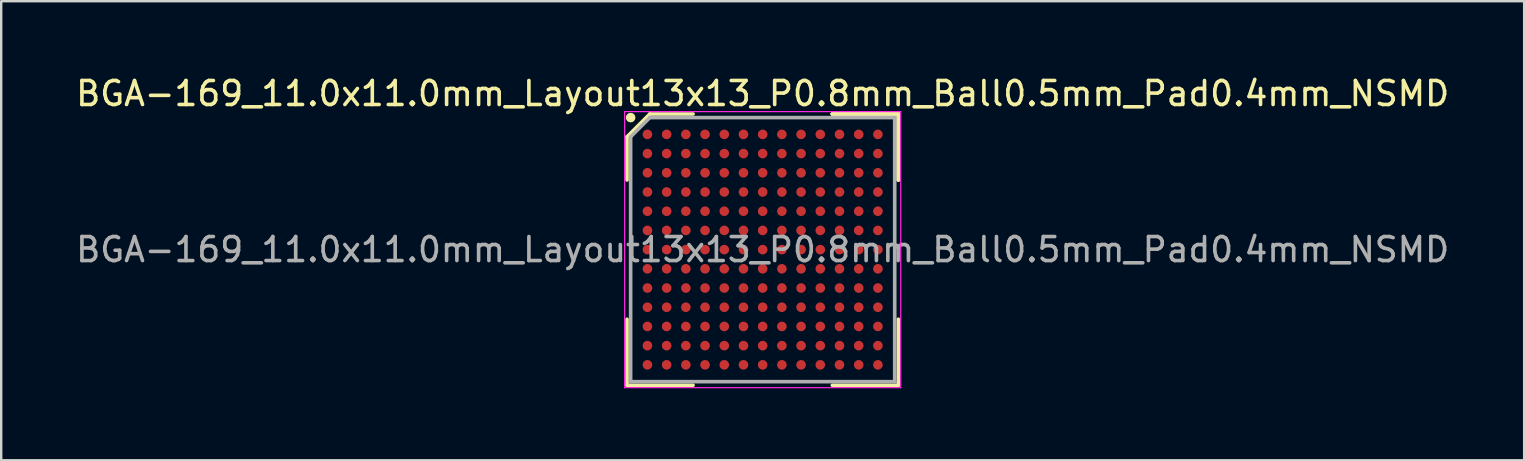
<source format=kicad_pcb>
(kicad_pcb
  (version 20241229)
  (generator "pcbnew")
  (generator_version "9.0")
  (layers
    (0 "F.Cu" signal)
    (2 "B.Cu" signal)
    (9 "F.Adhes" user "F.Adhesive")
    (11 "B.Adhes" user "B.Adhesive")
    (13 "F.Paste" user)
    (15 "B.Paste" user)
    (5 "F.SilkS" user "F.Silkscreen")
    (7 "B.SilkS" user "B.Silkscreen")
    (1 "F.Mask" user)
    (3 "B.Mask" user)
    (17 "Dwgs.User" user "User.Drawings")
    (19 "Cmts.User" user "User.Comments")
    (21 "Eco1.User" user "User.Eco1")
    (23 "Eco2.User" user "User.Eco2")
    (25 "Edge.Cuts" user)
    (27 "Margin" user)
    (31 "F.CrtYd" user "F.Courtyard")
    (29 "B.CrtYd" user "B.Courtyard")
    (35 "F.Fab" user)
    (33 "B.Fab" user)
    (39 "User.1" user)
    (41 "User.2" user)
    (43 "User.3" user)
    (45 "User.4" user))
  (footprint "BGA-169_11.0x11.0mm_Layout13x13_P0.8mm_Ball0.5mm_Pad0.4mm_NSMD"
    (layer "F.Cu")
    (at 28.72 7.348)
    (property "Reference" "BGA-169_11.0x11.0mm_Layout13x13_P0.8mm_Ball0.5mm_Pad0.4mm_NSMD" (at 0 -6.5 0) (layer "F.SilkS") (effects (font (size 1 1) (thickness 0.15))))
    (attr smd)
    (fp_line (start -5.65 -4.7) (end -5.65 -2.9) (stroke (width 0.15) (type solid)) (layer "F.SilkS"))
    (fp_line (start -5.65 5.65) (end -5.65 2.9) (stroke (width 0.15) (type solid)) (layer "F.SilkS"))
    (fp_line (start -4.7 -5.65) (end -5.65 -4.7) (stroke (width 0.15) (type solid)) (layer "F.SilkS"))
    (fp_line (start -2.9 -5.65) (end -4.7 -5.65) (stroke (width 0.15) (type solid)) (layer "F.SilkS"))
    (fp_line (start -2.9 5.65) (end -5.65 5.65) (stroke (width 0.15) (type solid)) (layer "F.SilkS"))
    (fp_line (start 2.9 -5.65) (end 5.65 -5.65) (stroke (width 0.15) (type solid)) (layer "F.SilkS"))
    (fp_line (start 2.9 -5.65) (end 5.65 -5.65) (stroke (width 0.15) (type solid)) (layer "F.SilkS"))
    (fp_line (start 2.9 -5.65) (end 5.65 -5.65) (stroke (width 0.15) (type solid)) (layer "F.SilkS"))
    (fp_line (start 2.9 5.65) (end 5.65 5.65) (stroke (width 0.15) (type solid)) (layer "F.SilkS"))
    (fp_line (start 5.65 -5.65) (end 5.65 -2.9) (stroke (width 0.15) (type solid)) (layer "F.SilkS"))
    (fp_line (start 5.65 -5.65) (end 5.65 -2.9) (stroke (width 0.15) (type solid)) (layer "F.SilkS"))
    (fp_line (start 5.65 -5.65) (end 5.65 -2.9) (stroke (width 0.15) (type solid)) (layer "F.SilkS"))
    (fp_line (start 5.65 5.65) (end 5.65 2.9) (stroke (width 0.15) (type solid)) (layer "F.SilkS"))
    (fp_circle (center -5.5 -5.5) (end -5.5 -5.4) (stroke (width 0.2) (type solid)) (fill no) (layer "F.SilkS"))
    (fp_line (start -5.75 -5.75) (end 5.75 -5.75) (stroke (width 0.05) (type solid)) (layer "F.CrtYd"))
    (fp_line (start -5.75 5.75) (end -5.75 -5.75) (stroke (width 0.05) (type solid)) (layer "F.CrtYd"))
    (fp_line (start 5.75 -5.75) (end 5.75 5.75) (stroke (width 0.05) (type solid)) (layer "F.CrtYd"))
    (fp_line (start 5.75 5.75) (end -5.75 5.75) (stroke (width 0.05) (type solid)) (layer "F.CrtYd"))
    (fp_line (start -5.5 -4.7) (end -5.5 5.5) (stroke (width 0.15) (type solid)) (layer "F.Fab"))
    (fp_line (start -5.5 5.5) (end 5.5 5.5) (stroke (width 0.15) (type solid)) (layer "F.Fab"))
    (fp_line (start -4.7 -5.5) (end -5.5 -4.7) (stroke (width 0.15) (type solid)) (layer "F.Fab"))
    (fp_line (start 5.5 -5.5) (end -4.7 -5.5) (stroke (width 0.15) (type solid)) (layer "F.Fab"))
    (fp_line (start 5.5 5.5) (end 5.5 -5.5) (stroke (width 0.15) (type solid)) (layer "F.Fab"))
    (fp_text user "${REFERENCE}" (at 0 0 0) (layer "F.Fab") (effects (font (size 1 1) (thickness 0.15))))
    (pad "A1" smd circle (at -4.8 -4.8) (size 0.4 0.4) (layers "F.Cu" "F.Mask" "F.Paste"))
    (pad "A2" smd circle (at -4 -4.8) (size 0.4 0.4) (layers "F.Cu" "F.Mask" "F.Paste"))
    (pad "A3" smd circle (at -3.2 -4.8) (size 0.4 0.4) (layers "F.Cu" "F.Mask" "F.Paste"))
    (pad "A4" smd circle (at -2.4 -4.8) (size 0.4 0.4) (layers "F.Cu" "F.Mask" "F.Paste"))
    (pad "A5" smd circle (at -1.6 -4.8) (size 0.4 0.4) (layers "F.Cu" "F.Mask" "F.Paste"))
    (pad "A6" smd circle (at -0.8 -4.8) (size 0.4 0.4) (layers "F.Cu" "F.Mask" "F.Paste"))
    (pad "A7" smd circle (at 0 -4.8) (size 0.4 0.4) (layers "F.Cu" "F.Mask" "F.Paste"))
    (pad "A8" smd circle (at 0.8 -4.8) (size 0.4 0.4) (layers "F.Cu" "F.Mask" "F.Paste"))
    (pad "A9" smd circle (at 1.6 -4.8) (size 0.4 0.4) (layers "F.Cu" "F.Mask" "F.Paste"))
    (pad "A10" smd circle (at 2.4 -4.8) (size 0.4 0.4) (layers "F.Cu" "F.Mask" "F.Paste"))
    (pad "A11" smd circle (at 3.2 -4.8) (size 0.4 0.4) (layers "F.Cu" "F.Mask" "F.Paste"))
    (pad "A12" smd circle (at 4 -4.8) (size 0.4 0.4) (layers "F.Cu" "F.Mask" "F.Paste"))
    (pad "A13" smd circle (at 4.8 -4.8) (size 0.4 0.4) (layers "F.Cu" "F.Mask" "F.Paste"))
    (pad "B1" smd circle (at -4.8 -4) (size 0.4 0.4) (layers "F.Cu" "F.Mask" "F.Paste"))
    (pad "B2" smd circle (at -4 -4) (size 0.4 0.4) (layers "F.Cu" "F.Mask" "F.Paste"))
    (pad "B3" smd circle (at -3.2 -4) (size 0.4 0.4) (layers "F.Cu" "F.Mask" "F.Paste"))
    (pad "B4" smd circle (at -2.4 -4) (size 0.4 0.4) (layers "F.Cu" "F.Mask" "F.Paste"))
    (pad "B5" smd circle (at -1.6 -4) (size 0.4 0.4) (layers "F.Cu" "F.Mask" "F.Paste"))
    (pad "B6" smd circle (at -0.8 -4) (size 0.4 0.4) (layers "F.Cu" "F.Mask" "F.Paste"))
    (pad "B7" smd circle (at 0 -4) (size 0.4 0.4) (layers "F.Cu" "F.Mask" "F.Paste"))
    (pad "B8" smd circle (at 0.8 -4) (size 0.4 0.4) (layers "F.Cu" "F.Mask" "F.Paste"))
    (pad "B9" smd circle (at 1.6 -4) (size 0.4 0.4) (layers "F.Cu" "F.Mask" "F.Paste"))
    (pad "B10" smd circle (at 2.4 -4) (size 0.4 0.4) (layers "F.Cu" "F.Mask" "F.Paste"))
    (pad "B11" smd circle (at 3.2 -4) (size 0.4 0.4) (layers "F.Cu" "F.Mask" "F.Paste"))
    (pad "B12" smd circle (at 4 -4) (size 0.4 0.4) (layers "F.Cu" "F.Mask" "F.Paste"))
    (pad "B13" smd circle (at 4.8 -4) (size 0.4 0.4) (layers "F.Cu" "F.Mask" "F.Paste"))
    (pad "C1" smd circle (at -4.8 -3.2) (size 0.4 0.4) (layers "F.Cu" "F.Mask" "F.Paste"))
    (pad "C2" smd circle (at -4 -3.2) (size 0.4 0.4) (layers "F.Cu" "F.Mask" "F.Paste"))
    (pad "C3" smd circle (at -3.2 -3.2) (size 0.4 0.4) (layers "F.Cu" "F.Mask" "F.Paste"))
    (pad "C4" smd circle (at -2.4 -3.2) (size 0.4 0.4) (layers "F.Cu" "F.Mask" "F.Paste"))
    (pad "C5" smd circle (at -1.6 -3.2) (size 0.4 0.4) (layers "F.Cu" "F.Mask" "F.Paste"))
    (pad "C6" smd circle (at -0.8 -3.2) (size 0.4 0.4) (layers "F.Cu" "F.Mask" "F.Paste"))
    (pad "C7" smd circle (at 0 -3.2) (size 0.4 0.4) (layers "F.Cu" "F.Mask" "F.Paste"))
    (pad "C8" smd circle (at 0.8 -3.2) (size 0.4 0.4) (layers "F.Cu" "F.Mask" "F.Paste"))
    (pad "C9" smd circle (at 1.6 -3.2) (size 0.4 0.4) (layers "F.Cu" "F.Mask" "F.Paste"))
    (pad "C10" smd circle (at 2.4 -3.2) (size 0.4 0.4) (layers "F.Cu" "F.Mask" "F.Paste"))
    (pad "C11" smd circle (at 3.2 -3.2) (size 0.4 0.4) (layers "F.Cu" "F.Mask" "F.Paste"))
    (pad "C12" smd circle (at 4 -3.2) (size 0.4 0.4) (layers "F.Cu" "F.Mask" "F.Paste"))
    (pad "C13" smd circle (at 4.8 -3.2) (size 0.4 0.4) (layers "F.Cu" "F.Mask" "F.Paste"))
    (pad "D1" smd circle (at -4.8 -2.4) (size 0.4 0.4) (layers "F.Cu" "F.Mask" "F.Paste"))
    (pad "D2" smd circle (at -4 -2.4) (size 0.4 0.4) (layers "F.Cu" "F.Mask" "F.Paste"))
    (pad "D3" smd circle (at -3.2 -2.4) (size 0.4 0.4) (layers "F.Cu" "F.Mask" "F.Paste"))
    (pad "D4" smd circle (at -2.4 -2.4) (size 0.4 0.4) (layers "F.Cu" "F.Mask" "F.Paste"))
    (pad "D5" smd circle (at -1.6 -2.4) (size 0.4 0.4) (layers "F.Cu" "F.Mask" "F.Paste"))
    (pad "D6" smd circle (at -0.8 -2.4) (size 0.4 0.4) (layers "F.Cu" "F.Mask" "F.Paste"))
    (pad "D7" smd circle (at 0 -2.4) (size 0.4 0.4) (layers "F.Cu" "F.Mask" "F.Paste"))
    (pad "D8" smd circle (at 0.8 -2.4) (size 0.4 0.4) (layers "F.Cu" "F.Mask" "F.Paste"))
    (pad "D9" smd circle (at 1.6 -2.4) (size 0.4 0.4) (layers "F.Cu" "F.Mask" "F.Paste"))
    (pad "D10" smd circle (at 2.4 -2.4) (size 0.4 0.4) (layers "F.Cu" "F.Mask" "F.Paste"))
    (pad "D11" smd circle (at 3.2 -2.4) (size 0.4 0.4) (layers "F.Cu" "F.Mask" "F.Paste"))
    (pad "D12" smd circle (at 4 -2.4) (size 0.4 0.4) (layers "F.Cu" "F.Mask" "F.Paste"))
    (pad "D13" smd circle (at 4.8 -2.4) (size 0.4 0.4) (layers "F.Cu" "F.Mask" "F.Paste"))
    (pad "E1" smd circle (at -4.8 -1.6) (size 0.4 0.4) (layers "F.Cu" "F.Mask" "F.Paste"))
    (pad "E2" smd circle (at -4 -1.6) (size 0.4 0.4) (layers "F.Cu" "F.Mask" "F.Paste"))
    (pad "E3" smd circle (at -3.2 -1.6) (size 0.4 0.4) (layers "F.Cu" "F.Mask" "F.Paste"))
    (pad "E4" smd circle (at -2.4 -1.6) (size 0.4 0.4) (layers "F.Cu" "F.Mask" "F.Paste"))
    (pad "E5" smd circle (at -1.6 -1.6) (size 0.4 0.4) (layers "F.Cu" "F.Mask" "F.Paste"))
    (pad "E6" smd circle (at -0.8 -1.6) (size 0.4 0.4) (layers "F.Cu" "F.Mask" "F.Paste"))
    (pad "E7" smd circle (at 0 -1.6) (size 0.4 0.4) (layers "F.Cu" "F.Mask" "F.Paste"))
    (pad "E8" smd circle (at 0.8 -1.6) (size 0.4 0.4) (layers "F.Cu" "F.Mask" "F.Paste"))
    (pad "E9" smd circle (at 1.6 -1.6) (size 0.4 0.4) (layers "F.Cu" "F.Mask" "F.Paste"))
    (pad "E10" smd circle (at 2.4 -1.6) (size 0.4 0.4) (layers "F.Cu" "F.Mask" "F.Paste"))
    (pad "E11" smd circle (at 3.2 -1.6) (size 0.4 0.4) (layers "F.Cu" "F.Mask" "F.Paste"))
    (pad "E12" smd circle (at 4 -1.6) (size 0.4 0.4) (layers "F.Cu" "F.Mask" "F.Paste"))
    (pad "E13" smd circle (at 4.8 -1.6) (size 0.4 0.4) (layers "F.Cu" "F.Mask" "F.Paste"))
    (pad "F1" smd circle (at -4.8 -0.8) (size 0.4 0.4) (layers "F.Cu" "F.Mask" "F.Paste"))
    (pad "F2" smd circle (at -4 -0.8) (size 0.4 0.4) (layers "F.Cu" "F.Mask" "F.Paste"))
    (pad "F3" smd circle (at -3.2 -0.8) (size 0.4 0.4) (layers "F.Cu" "F.Mask" "F.Paste"))
    (pad "F4" smd circle (at -2.4 -0.8) (size 0.4 0.4) (layers "F.Cu" "F.Mask" "F.Paste"))
    (pad "F5" smd circle (at -1.6 -0.8) (size 0.4 0.4) (layers "F.Cu" "F.Mask" "F.Paste"))
    (pad "F6" smd circle (at -0.8 -0.8) (size 0.4 0.4) (layers "F.Cu" "F.Mask" "F.Paste"))
    (pad "F7" smd circle (at 0 -0.8) (size 0.4 0.4) (layers "F.Cu" "F.Mask" "F.Paste"))
    (pad "F8" smd circle (at 0.8 -0.8) (size 0.4 0.4) (layers "F.Cu" "F.Mask" "F.Paste"))
    (pad "F9" smd circle (at 1.6 -0.8) (size 0.4 0.4) (layers "F.Cu" "F.Mask" "F.Paste"))
    (pad "F10" smd circle (at 2.4 -0.8) (size 0.4 0.4) (layers "F.Cu" "F.Mask" "F.Paste"))
    (pad "F11" smd circle (at 3.2 -0.8) (size 0.4 0.4) (layers "F.Cu" "F.Mask" "F.Paste"))
    (pad "F12" smd circle (at 4 -0.8) (size 0.4 0.4) (layers "F.Cu" "F.Mask" "F.Paste"))
    (pad "F13" smd circle (at 4.8 -0.8) (size 0.4 0.4) (layers "F.Cu" "F.Mask" "F.Paste"))
    (pad "G1" smd circle (at -4.8 0) (size 0.4 0.4) (layers "F.Cu" "F.Mask" "F.Paste"))
    (pad "G2" smd circle (at -4 0) (size 0.4 0.4) (layers "F.Cu" "F.Mask" "F.Paste"))
    (pad "G3" smd circle (at -3.2 0) (size 0.4 0.4) (layers "F.Cu" "F.Mask" "F.Paste"))
    (pad "G4" smd circle (at -2.4 0) (size 0.4 0.4) (layers "F.Cu" "F.Mask" "F.Paste"))
    (pad "G5" smd circle (at -1.6 0) (size 0.4 0.4) (layers "F.Cu" "F.Mask" "F.Paste"))
    (pad "G6" smd circle (at -0.8 0) (size 0.4 0.4) (layers "F.Cu" "F.Mask" "F.Paste"))
    (pad "G7" smd circle (at 0 0) (size 0.4 0.4) (layers "F.Cu" "F.Mask" "F.Paste"))
    (pad "G8" smd circle (at 0.8 0) (size 0.4 0.4) (layers "F.Cu" "F.Mask" "F.Paste"))
    (pad "G9" smd circle (at 1.6 0) (size 0.4 0.4) (layers "F.Cu" "F.Mask" "F.Paste"))
    (pad "G10" smd circle (at 2.4 0) (size 0.4 0.4) (layers "F.Cu" "F.Mask" "F.Paste"))
    (pad "G11" smd circle (at 3.2 0) (size 0.4 0.4) (layers "F.Cu" "F.Mask" "F.Paste"))
    (pad "G12" smd circle (at 4 0) (size 0.4 0.4) (layers "F.Cu" "F.Mask" "F.Paste"))
    (pad "G13" smd circle (at 4.8 0) (size 0.4 0.4) (layers "F.Cu" "F.Mask" "F.Paste"))
    (pad "H1" smd circle (at -4.8 0.8) (size 0.4 0.4) (layers "F.Cu" "F.Mask" "F.Paste"))
    (pad "H2" smd circle (at -4 0.8) (size 0.4 0.4) (layers "F.Cu" "F.Mask" "F.Paste"))
    (pad "H3" smd circle (at -3.2 0.8) (size 0.4 0.4) (layers "F.Cu" "F.Mask" "F.Paste"))
    (pad "H4" smd circle (at -2.4 0.8) (size 0.4 0.4) (layers "F.Cu" "F.Mask" "F.Paste"))
    (pad "H5" smd circle (at -1.6 0.8) (size 0.4 0.4) (layers "F.Cu" "F.Mask" "F.Paste"))
    (pad "H6" smd circle (at -0.8 0.8) (size 0.4 0.4) (layers "F.Cu" "F.Mask" "F.Paste"))
    (pad "H7" smd circle (at 0 0.8) (size 0.4 0.4) (layers "F.Cu" "F.Mask" "F.Paste"))
    (pad "H8" smd circle (at 0.8 0.8) (size 0.4 0.4) (layers "F.Cu" "F.Mask" "F.Paste"))
    (pad "H9" smd circle (at 1.6 0.8) (size 0.4 0.4) (layers "F.Cu" "F.Mask" "F.Paste"))
    (pad "H10" smd circle (at 2.4 0.8) (size 0.4 0.4) (layers "F.Cu" "F.Mask" "F.Paste"))
    (pad "H11" smd circle (at 3.2 0.8) (size 0.4 0.4) (layers "F.Cu" "F.Mask" "F.Paste"))
    (pad "H12" smd circle (at 4 0.8) (size 0.4 0.4) (layers "F.Cu" "F.Mask" "F.Paste"))
    (pad "H13" smd circle (at 4.8 0.8) (size 0.4 0.4) (layers "F.Cu" "F.Mask" "F.Paste"))
    (pad "J1" smd circle (at -4.8 1.6) (size 0.4 0.4) (layers "F.Cu" "F.Mask" "F.Paste"))
    (pad "J2" smd circle (at -4 1.6) (size 0.4 0.4) (layers "F.Cu" "F.Mask" "F.Paste"))
    (pad "J3" smd circle (at -3.2 1.6) (size 0.4 0.4) (layers "F.Cu" "F.Mask" "F.Paste"))
    (pad "J4" smd circle (at -2.4 1.6) (size 0.4 0.4) (layers "F.Cu" "F.Mask" "F.Paste"))
    (pad "J5" smd circle (at -1.6 1.6) (size 0.4 0.4) (layers "F.Cu" "F.Mask" "F.Paste"))
    (pad "J6" smd circle (at -0.8 1.6) (size 0.4 0.4) (layers "F.Cu" "F.Mask" "F.Paste"))
    (pad "J7" smd circle (at 0 1.6) (size 0.4 0.4) (layers "F.Cu" "F.Mask" "F.Paste"))
    (pad "J8" smd circle (at 0.8 1.6) (size 0.4 0.4) (layers "F.Cu" "F.Mask" "F.Paste"))
    (pad "J9" smd circle (at 1.6 1.6) (size 0.4 0.4) (layers "F.Cu" "F.Mask" "F.Paste"))
    (pad "J10" smd circle (at 2.4 1.6) (size 0.4 0.4) (layers "F.Cu" "F.Mask" "F.Paste"))
    (pad "J11" smd circle (at 3.2 1.6) (size 0.4 0.4) (layers "F.Cu" "F.Mask" "F.Paste"))
    (pad "J12" smd circle (at 4 1.6) (size 0.4 0.4) (layers "F.Cu" "F.Mask" "F.Paste"))
    (pad "J13" smd circle (at 4.8 1.6) (size 0.4 0.4) (layers "F.Cu" "F.Mask" "F.Paste"))
    (pad "K1" smd circle (at -4.8 2.4) (size 0.4 0.4) (layers "F.Cu" "F.Mask" "F.Paste"))
    (pad "K2" smd circle (at -4 2.4) (size 0.4 0.4) (layers "F.Cu" "F.Mask" "F.Paste"))
    (pad "K3" smd circle (at -3.2 2.4) (size 0.4 0.4) (layers "F.Cu" "F.Mask" "F.Paste"))
    (pad "K4" smd circle (at -2.4 2.4) (size 0.4 0.4) (layers "F.Cu" "F.Mask" "F.Paste"))
    (pad "K5" smd circle (at -1.6 2.4) (size 0.4 0.4) (layers "F.Cu" "F.Mask" "F.Paste"))
    (pad "K6" smd circle (at -0.8 2.4) (size 0.4 0.4) (layers "F.Cu" "F.Mask" "F.Paste"))
    (pad "K7" smd circle (at 0 2.4) (size 0.4 0.4) (layers "F.Cu" "F.Mask" "F.Paste"))
    (pad "K8" smd circle (at 0.8 2.4) (size 0.4 0.4) (layers "F.Cu" "F.Mask" "F.Paste"))
    (pad "K9" smd circle (at 1.6 2.4) (size 0.4 0.4) (layers "F.Cu" "F.Mask" "F.Paste"))
    (pad "K10" smd circle (at 2.4 2.4) (size 0.4 0.4) (layers "F.Cu" "F.Mask" "F.Paste"))
    (pad "K11" smd circle (at 3.2 2.4) (size 0.4 0.4) (layers "F.Cu" "F.Mask" "F.Paste"))
    (pad "K12" smd circle (at 4 2.4) (size 0.4 0.4) (layers "F.Cu" "F.Mask" "F.Paste"))
    (pad "K13" smd circle (at 4.8 2.4) (size 0.4 0.4) (layers "F.Cu" "F.Mask" "F.Paste"))
    (pad "L1" smd circle (at -4.8 3.2) (size 0.4 0.4) (layers "F.Cu" "F.Mask" "F.Paste"))
    (pad "L2" smd circle (at -4 3.2) (size 0.4 0.4) (layers "F.Cu" "F.Mask" "F.Paste"))
    (pad "L3" smd circle (at -3.2 3.2) (size 0.4 0.4) (layers "F.Cu" "F.Mask" "F.Paste"))
    (pad "L4" smd circle (at -2.4 3.2) (size 0.4 0.4) (layers "F.Cu" "F.Mask" "F.Paste"))
    (pad "L5" smd circle (at -1.6 3.2) (size 0.4 0.4) (layers "F.Cu" "F.Mask" "F.Paste"))
    (pad "L6" smd circle (at -0.8 3.2) (size 0.4 0.4) (layers "F.Cu" "F.Mask" "F.Paste"))
    (pad "L7" smd circle (at 0 3.2) (size 0.4 0.4) (layers "F.Cu" "F.Mask" "F.Paste"))
    (pad "L8" smd circle (at 0.8 3.2) (size 0.4 0.4) (layers "F.Cu" "F.Mask" "F.Paste"))
    (pad "L9" smd circle (at 1.6 3.2) (size 0.4 0.4) (layers "F.Cu" "F.Mask" "F.Paste"))
    (pad "L10" smd circle (at 2.4 3.2) (size 0.4 0.4) (layers "F.Cu" "F.Mask" "F.Paste"))
    (pad "L11" smd circle (at 3.2 3.2) (size 0.4 0.4) (layers "F.Cu" "F.Mask" "F.Paste"))
    (pad "L12" smd circle (at 4 3.2) (size 0.4 0.4) (layers "F.Cu" "F.Mask" "F.Paste"))
    (pad "L13" smd circle (at 4.8 3.2) (size 0.4 0.4) (layers "F.Cu" "F.Mask" "F.Paste"))
    (pad "M1" smd circle (at -4.8 4) (size 0.4 0.4) (layers "F.Cu" "F.Mask" "F.Paste"))
    (pad "M2" smd circle (at -4 4) (size 0.4 0.4) (layers "F.Cu" "F.Mask" "F.Paste"))
    (pad "M3" smd circle (at -3.2 4) (size 0.4 0.4) (layers "F.Cu" "F.Mask" "F.Paste"))
    (pad "M4" smd circle (at -2.4 4) (size 0.4 0.4) (layers "F.Cu" "F.Mask" "F.Paste"))
    (pad "M5" smd circle (at -1.6 4) (size 0.4 0.4) (layers "F.Cu" "F.Mask" "F.Paste"))
    (pad "M6" smd circle (at -0.8 4) (size 0.4 0.4) (layers "F.Cu" "F.Mask" "F.Paste"))
    (pad "M7" smd circle (at 0 4) (size 0.4 0.4) (layers "F.Cu" "F.Mask" "F.Paste"))
    (pad "M8" smd circle (at 0.8 4) (size 0.4 0.4) (layers "F.Cu" "F.Mask" "F.Paste"))
    (pad "M9" smd circle (at 1.6 4) (size 0.4 0.4) (layers "F.Cu" "F.Mask" "F.Paste"))
    (pad "M10" smd circle (at 2.4 4) (size 0.4 0.4) (layers "F.Cu" "F.Mask" "F.Paste"))
    (pad "M11" smd circle (at 3.2 4) (size 0.4 0.4) (layers "F.Cu" "F.Mask" "F.Paste"))
    (pad "M12" smd circle (at 4 4) (size 0.4 0.4) (layers "F.Cu" "F.Mask" "F.Paste"))
    (pad "M13" smd circle (at 4.8 4) (size 0.4 0.4) (layers "F.Cu" "F.Mask" "F.Paste"))
    (pad "N1" smd circle (at -4.8 4.8) (size 0.4 0.4) (layers "F.Cu" "F.Mask" "F.Paste"))
    (pad "N2" smd circle (at -4 4.8) (size 0.4 0.4) (layers "F.Cu" "F.Mask" "F.Paste"))
    (pad "N3" smd circle (at -3.2 4.8) (size 0.4 0.4) (layers "F.Cu" "F.Mask" "F.Paste"))
    (pad "N4" smd circle (at -2.4 4.8) (size 0.4 0.4) (layers "F.Cu" "F.Mask" "F.Paste"))
    (pad "N5" smd circle (at -1.6 4.8) (size 0.4 0.4) (layers "F.Cu" "F.Mask" "F.Paste"))
    (pad "N6" smd circle (at -0.8 4.8) (size 0.4 0.4) (layers "F.Cu" "F.Mask" "F.Paste"))
    (pad "N7" smd circle (at 0 4.8) (size 0.4 0.4) (layers "F.Cu" "F.Mask" "F.Paste"))
    (pad "N8" smd circle (at 0.8 4.8) (size 0.4 0.4) (layers "F.Cu" "F.Mask" "F.Paste"))
    (pad "N9" smd circle (at 1.6 4.8) (size 0.4 0.4) (layers "F.Cu" "F.Mask" "F.Paste"))
    (pad "N10" smd circle (at 2.4 4.8) (size 0.4 0.4) (layers "F.Cu" "F.Mask" "F.Paste"))
    (pad "N11" smd circle (at 3.2 4.8) (size 0.4 0.4) (layers "F.Cu" "F.Mask" "F.Paste"))
    (pad "N12" smd circle (at 4 4.8) (size 0.4 0.4) (layers "F.Cu" "F.Mask" "F.Paste"))
    (pad "N13" smd circle (at 4.8 4.8) (size 0.4 0.4) (layers "F.Cu" "F.Mask" "F.Paste")))
  (gr_rect
    (start -3 -3)
    (end 60.44 16.123)
    (stroke (width 0.1) (type default))
    (fill no)
    (layer "Edge.Cuts")))
</source>
